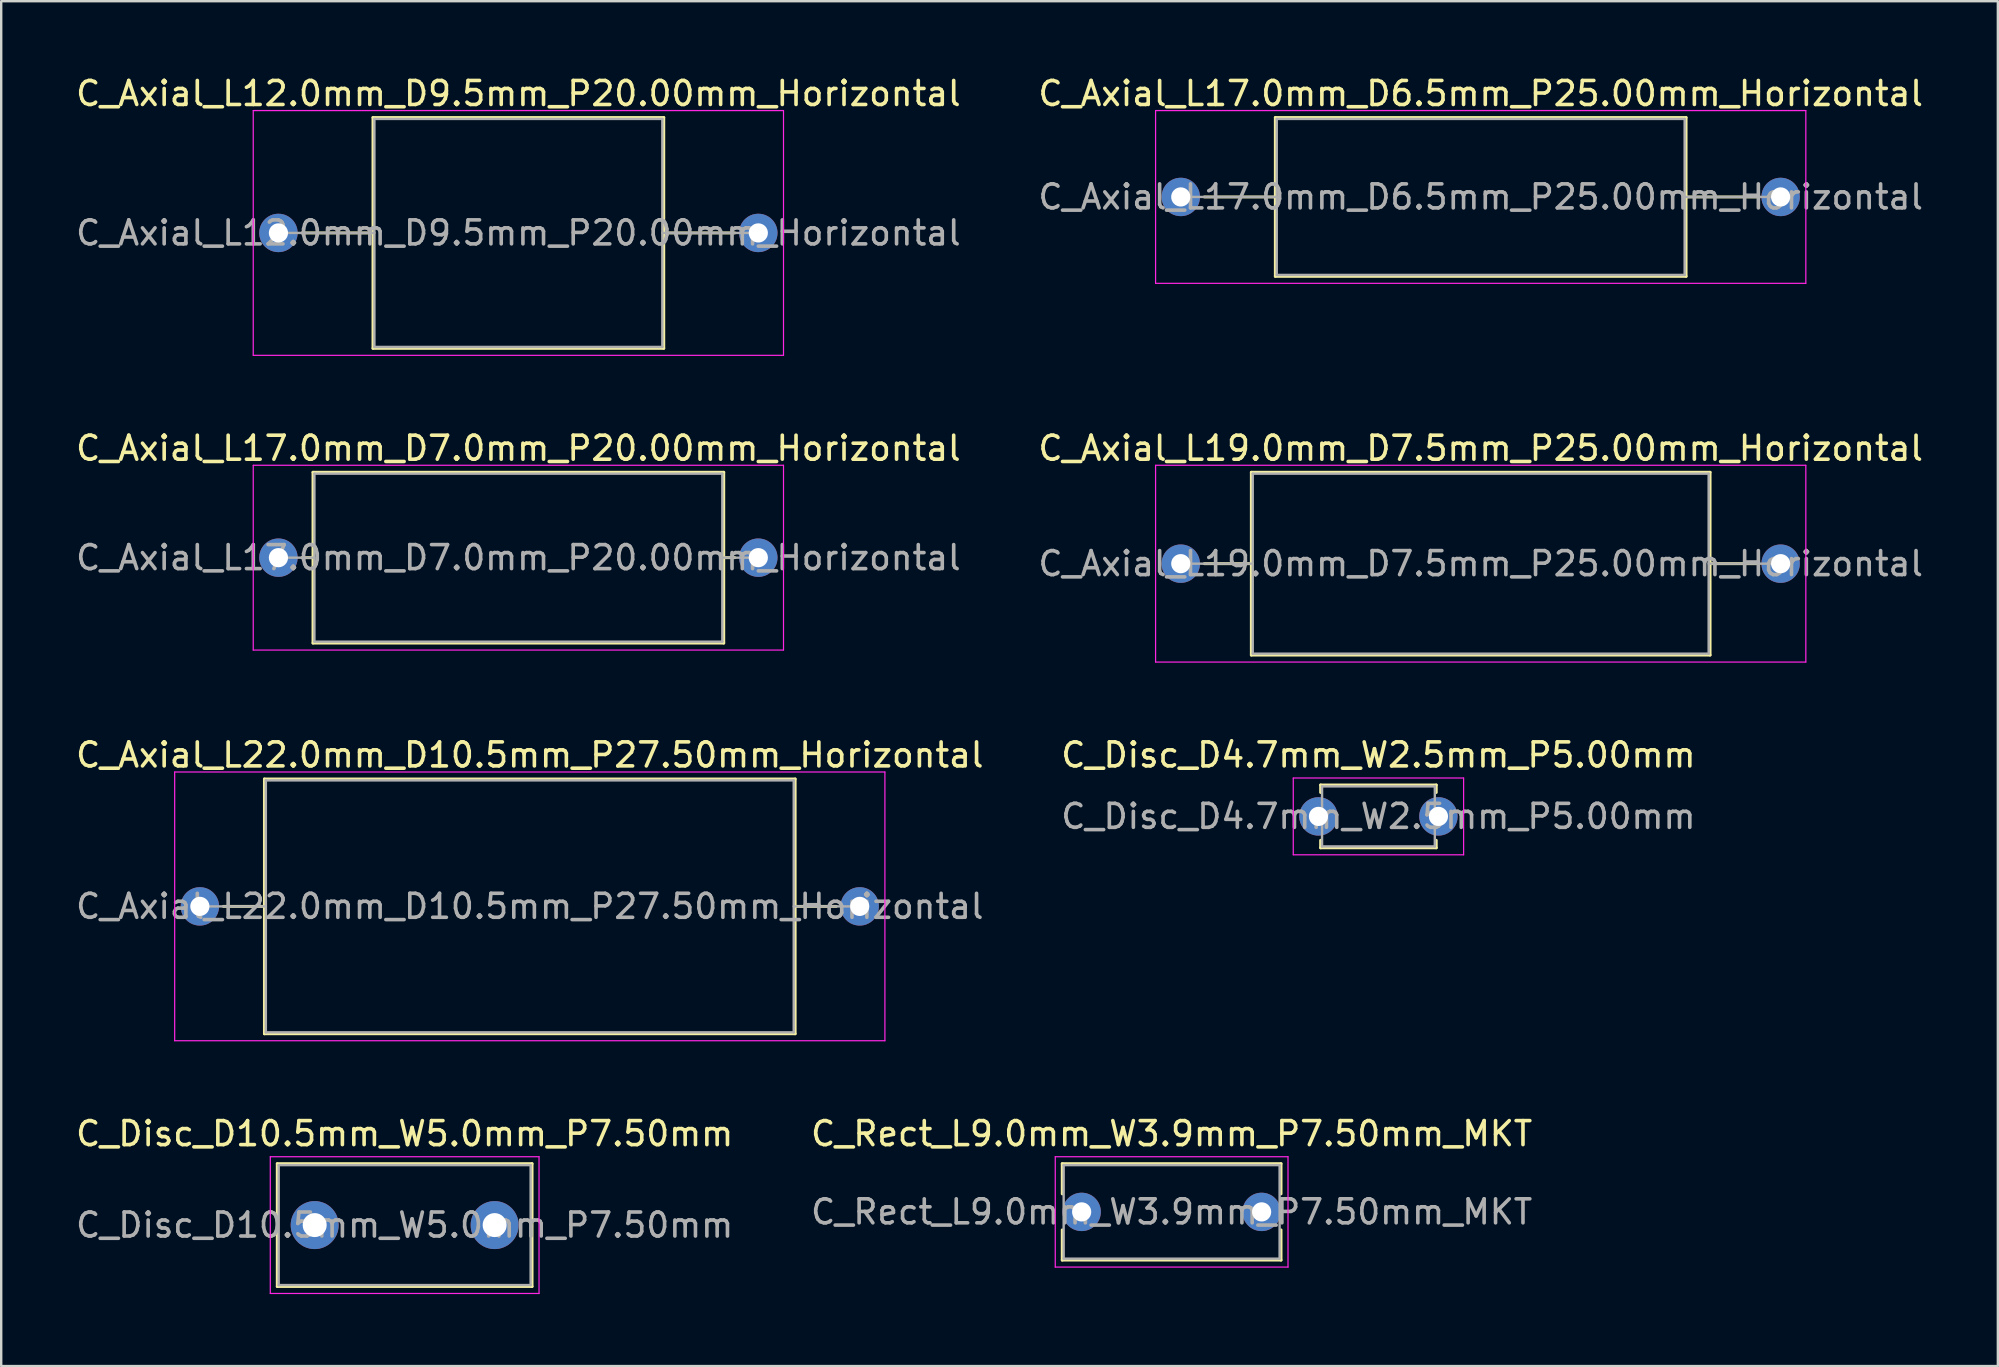
<source format=kicad_pcb>
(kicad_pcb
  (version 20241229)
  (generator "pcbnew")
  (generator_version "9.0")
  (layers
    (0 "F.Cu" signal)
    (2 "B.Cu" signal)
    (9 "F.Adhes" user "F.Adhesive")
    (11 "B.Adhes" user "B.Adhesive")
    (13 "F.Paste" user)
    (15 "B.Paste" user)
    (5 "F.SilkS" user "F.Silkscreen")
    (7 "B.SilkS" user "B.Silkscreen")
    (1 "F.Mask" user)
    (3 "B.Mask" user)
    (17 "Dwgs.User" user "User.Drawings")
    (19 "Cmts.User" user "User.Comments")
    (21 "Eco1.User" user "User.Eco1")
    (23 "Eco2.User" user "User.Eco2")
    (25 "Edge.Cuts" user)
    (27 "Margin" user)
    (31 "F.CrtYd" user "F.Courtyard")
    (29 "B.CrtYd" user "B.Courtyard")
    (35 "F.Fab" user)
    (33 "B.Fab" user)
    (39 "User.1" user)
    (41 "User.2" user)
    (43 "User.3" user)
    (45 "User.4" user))
  (footprint "C_Axial_L22.0mm_D10.5mm_P27.50mm_Horizontal"
    (layer "F.Cu")
    (at 5.28 34.725)
    (property "Reference" "C_Axial_L22.0mm_D10.5mm_P27.50mm_Horizontal" (at 13.75 -6.31 0) (layer "F.SilkS") (effects (font (size 1 1) (thickness 0.15))))
    (attr through_hole)
    (fp_line (start 0.98 0) (end 2.69 0) (stroke (width 0.12) (type solid)) (layer "F.SilkS"))
    (fp_line (start 2.69 -5.31) (end 2.69 5.31) (stroke (width 0.12) (type solid)) (layer "F.SilkS"))
    (fp_line (start 2.69 5.31) (end 24.81 5.31) (stroke (width 0.12) (type solid)) (layer "F.SilkS"))
    (fp_line (start 24.81 -5.31) (end 2.69 -5.31) (stroke (width 0.12) (type solid)) (layer "F.SilkS"))
    (fp_line (start 24.81 5.31) (end 24.81 -5.31) (stroke (width 0.12) (type solid)) (layer "F.SilkS"))
    (fp_line (start 26.52 0) (end 24.81 0) (stroke (width 0.12) (type solid)) (layer "F.SilkS"))
    (fp_line (start -1.05 -5.6) (end -1.05 5.6) (stroke (width 0.05) (type solid)) (layer "F.CrtYd"))
    (fp_line (start -1.05 5.6) (end 28.55 5.6) (stroke (width 0.05) (type solid)) (layer "F.CrtYd"))
    (fp_line (start 28.55 -5.6) (end -1.05 -5.6) (stroke (width 0.05) (type solid)) (layer "F.CrtYd"))
    (fp_line (start 28.55 5.6) (end 28.55 -5.6) (stroke (width 0.05) (type solid)) (layer "F.CrtYd"))
    (fp_line (start 0 0) (end 2.75 0) (stroke (width 0.1) (type solid)) (layer "F.Fab"))
    (fp_line (start 2.75 -5.25) (end 2.75 5.25) (stroke (width 0.1) (type solid)) (layer "F.Fab"))
    (fp_line (start 2.75 5.25) (end 24.75 5.25) (stroke (width 0.1) (type solid)) (layer "F.Fab"))
    (fp_line (start 24.75 -5.25) (end 2.75 -5.25) (stroke (width 0.1) (type solid)) (layer "F.Fab"))
    (fp_line (start 24.75 5.25) (end 24.75 -5.25) (stroke (width 0.1) (type solid)) (layer "F.Fab"))
    (fp_line (start 27.5 0) (end 24.75 0) (stroke (width 0.1) (type solid)) (layer "F.Fab"))
    (fp_text user "${REFERENCE}" (at 13.75 0 0) (layer "F.Fab") (effects (font (size 1 1) (thickness 0.15))))
    (pad "1" thru_hole circle (at 0 0) (size 1.6 1.6) (drill 0.8) (layers "*.Cu" "*.Mask"))
    (pad "2" thru_hole oval (at 27.5 0) (size 1.6 1.6) (drill 0.8) (layers "*.Cu" "*.Mask")))
  (footprint "C_Axial_L17.0mm_D7.0mm_P20.00mm_Horizontal"
    (layer "F.Cu")
    (at 8.554 20.192)
    (property "Reference" "C_Axial_L17.0mm_D7.0mm_P20.00mm_Horizontal" (at 10 -4.56 0) (layer "F.SilkS") (effects (font (size 1 1) (thickness 0.15))))
    (attr through_hole)
    (fp_line (start 0.98 0) (end 1.44 0) (stroke (width 0.12) (type solid)) (layer "F.SilkS"))
    (fp_line (start 1.44 -3.56) (end 1.44 3.56) (stroke (width 0.12) (type solid)) (layer "F.SilkS"))
    (fp_line (start 1.44 3.56) (end 18.56 3.56) (stroke (width 0.12) (type solid)) (layer "F.SilkS"))
    (fp_line (start 18.56 -3.56) (end 1.44 -3.56) (stroke (width 0.12) (type solid)) (layer "F.SilkS"))
    (fp_line (start 18.56 3.56) (end 18.56 -3.56) (stroke (width 0.12) (type solid)) (layer "F.SilkS"))
    (fp_line (start 19.02 0) (end 18.56 0) (stroke (width 0.12) (type solid)) (layer "F.SilkS"))
    (fp_line (start -1.05 -3.85) (end -1.05 3.85) (stroke (width 0.05) (type solid)) (layer "F.CrtYd"))
    (fp_line (start -1.05 3.85) (end 21.05 3.85) (stroke (width 0.05) (type solid)) (layer "F.CrtYd"))
    (fp_line (start 21.05 -3.85) (end -1.05 -3.85) (stroke (width 0.05) (type solid)) (layer "F.CrtYd"))
    (fp_line (start 21.05 3.85) (end 21.05 -3.85) (stroke (width 0.05) (type solid)) (layer "F.CrtYd"))
    (fp_line (start 0 0) (end 1.5 0) (stroke (width 0.1) (type solid)) (layer "F.Fab"))
    (fp_line (start 1.5 -3.5) (end 1.5 3.5) (stroke (width 0.1) (type solid)) (layer "F.Fab"))
    (fp_line (start 1.5 3.5) (end 18.5 3.5) (stroke (width 0.1) (type solid)) (layer "F.Fab"))
    (fp_line (start 18.5 -3.5) (end 1.5 -3.5) (stroke (width 0.1) (type solid)) (layer "F.Fab"))
    (fp_line (start 18.5 3.5) (end 18.5 -3.5) (stroke (width 0.1) (type solid)) (layer "F.Fab"))
    (fp_line (start 20 0) (end 18.5 0) (stroke (width 0.1) (type solid)) (layer "F.Fab"))
    (fp_text user "${REFERENCE}" (at 10 0 0) (layer "F.Fab") (effects (font (size 1 1) (thickness 0.15))))
    (pad "1" thru_hole circle (at 0 0) (size 1.6 1.6) (drill 0.8) (layers "*.Cu" "*.Mask"))
    (pad "2" thru_hole oval (at 20 0) (size 1.6 1.6) (drill 0.8) (layers "*.Cu" "*.Mask")))
  (footprint "C_Axial_L17.0mm_D6.5mm_P25.00mm_Horizontal"
    (layer "F.Cu")
    (at 46.161 5.158)
    (property "Reference" "C_Axial_L17.0mm_D6.5mm_P25.00mm_Horizontal" (at 12.5 -4.31 0) (layer "F.SilkS") (effects (font (size 1 1) (thickness 0.15))))
    (attr through_hole)
    (fp_line (start 0.98 0) (end 3.94 0) (stroke (width 0.12) (type solid)) (layer "F.SilkS"))
    (fp_line (start 3.94 -3.31) (end 3.94 3.31) (stroke (width 0.12) (type solid)) (layer "F.SilkS"))
    (fp_line (start 3.94 3.31) (end 21.06 3.31) (stroke (width 0.12) (type solid)) (layer "F.SilkS"))
    (fp_line (start 21.06 -3.31) (end 3.94 -3.31) (stroke (width 0.12) (type solid)) (layer "F.SilkS"))
    (fp_line (start 21.06 3.31) (end 21.06 -3.31) (stroke (width 0.12) (type solid)) (layer "F.SilkS"))
    (fp_line (start 24.02 0) (end 21.06 0) (stroke (width 0.12) (type solid)) (layer "F.SilkS"))
    (fp_line (start -1.05 -3.6) (end -1.05 3.6) (stroke (width 0.05) (type solid)) (layer "F.CrtYd"))
    (fp_line (start -1.05 3.6) (end 26.05 3.6) (stroke (width 0.05) (type solid)) (layer "F.CrtYd"))
    (fp_line (start 26.05 -3.6) (end -1.05 -3.6) (stroke (width 0.05) (type solid)) (layer "F.CrtYd"))
    (fp_line (start 26.05 3.6) (end 26.05 -3.6) (stroke (width 0.05) (type solid)) (layer "F.CrtYd"))
    (fp_line (start 0 0) (end 4 0) (stroke (width 0.1) (type solid)) (layer "F.Fab"))
    (fp_line (start 4 -3.25) (end 4 3.25) (stroke (width 0.1) (type solid)) (layer "F.Fab"))
    (fp_line (start 4 3.25) (end 21 3.25) (stroke (width 0.1) (type solid)) (layer "F.Fab"))
    (fp_line (start 21 -3.25) (end 4 -3.25) (stroke (width 0.1) (type solid)) (layer "F.Fab"))
    (fp_line (start 21 3.25) (end 21 -3.25) (stroke (width 0.1) (type solid)) (layer "F.Fab"))
    (fp_line (start 25 0) (end 21 0) (stroke (width 0.1) (type solid)) (layer "F.Fab"))
    (fp_text user "${REFERENCE}" (at 12.5 0 0) (layer "F.Fab") (effects (font (size 1 1) (thickness 0.15))))
    (pad "1" thru_hole circle (at 0 0) (size 1.6 1.6) (drill 0.8) (layers "*.Cu" "*.Mask"))
    (pad "2" thru_hole oval (at 25 0) (size 1.6 1.6) (drill 0.8) (layers "*.Cu" "*.Mask")))
  (footprint "C_Rect_L9.0mm_W3.9mm_P7.50mm_MKT"
    (layer "F.Cu")
    (at 42.03 47.458)
    (property "Reference" "C_Rect_L9.0mm_W3.9mm_P7.50mm_MKT" (at 3.75 -3.26 0) (layer "F.SilkS") (effects (font (size 1 1) (thickness 0.15))))
    (attr through_hole)
    (fp_line (start -0.81 -2.01) (end -0.81 -0.75) (stroke (width 0.12) (type solid)) (layer "F.SilkS"))
    (fp_line (start -0.81 -2.01) (end 8.31 -2.01) (stroke (width 0.12) (type solid)) (layer "F.SilkS"))
    (fp_line (start -0.81 0.75) (end -0.81 2.01) (stroke (width 0.12) (type solid)) (layer "F.SilkS"))
    (fp_line (start -0.81 2.01) (end 8.31 2.01) (stroke (width 0.12) (type solid)) (layer "F.SilkS"))
    (fp_line (start 8.31 -2.01) (end 8.31 -0.75) (stroke (width 0.12) (type solid)) (layer "F.SilkS"))
    (fp_line (start 8.31 0.75) (end 8.31 2.01) (stroke (width 0.12) (type solid)) (layer "F.SilkS"))
    (fp_line (start -1.1 -2.3) (end -1.1 2.3) (stroke (width 0.05) (type solid)) (layer "F.CrtYd"))
    (fp_line (start -1.1 2.3) (end 8.6 2.3) (stroke (width 0.05) (type solid)) (layer "F.CrtYd"))
    (fp_line (start 8.6 -2.3) (end -1.1 -2.3) (stroke (width 0.05) (type solid)) (layer "F.CrtYd"))
    (fp_line (start 8.6 2.3) (end 8.6 -2.3) (stroke (width 0.05) (type solid)) (layer "F.CrtYd"))
    (fp_line (start -0.75 -1.95) (end -0.75 1.95) (stroke (width 0.1) (type solid)) (layer "F.Fab"))
    (fp_line (start -0.75 1.95) (end 8.25 1.95) (stroke (width 0.1) (type solid)) (layer "F.Fab"))
    (fp_line (start 8.25 -1.95) (end -0.75 -1.95) (stroke (width 0.1) (type solid)) (layer "F.Fab"))
    (fp_line (start 8.25 1.95) (end 8.25 -1.95) (stroke (width 0.1) (type solid)) (layer "F.Fab"))
    (fp_text user "${REFERENCE}" (at 3.75 0 0) (layer "F.Fab") (effects (font (size 1 1) (thickness 0.15))))
    (pad "1" thru_hole circle (at 0 0) (size 1.6 1.6) (drill 0.8) (layers "*.Cu" "*.Mask"))
    (pad "2" thru_hole circle (at 7.5 0) (size 1.6 1.6) (drill 0.8) (layers "*.Cu" "*.Mask")))
  (footprint "C_Axial_L19.0mm_D7.5mm_P25.00mm_Horizontal"
    (layer "F.Cu")
    (at 46.161 20.442)
    (property "Reference" "C_Axial_L19.0mm_D7.5mm_P25.00mm_Horizontal" (at 12.5 -4.81 0) (layer "F.SilkS") (effects (font (size 1 1) (thickness 0.15))))
    (attr through_hole)
    (fp_line (start 0.98 0) (end 2.94 0) (stroke (width 0.12) (type solid)) (layer "F.SilkS"))
    (fp_line (start 2.94 -3.81) (end 2.94 3.81) (stroke (width 0.12) (type solid)) (layer "F.SilkS"))
    (fp_line (start 2.94 3.81) (end 22.06 3.81) (stroke (width 0.12) (type solid)) (layer "F.SilkS"))
    (fp_line (start 22.06 -3.81) (end 2.94 -3.81) (stroke (width 0.12) (type solid)) (layer "F.SilkS"))
    (fp_line (start 22.06 3.81) (end 22.06 -3.81) (stroke (width 0.12) (type solid)) (layer "F.SilkS"))
    (fp_line (start 24.02 0) (end 22.06 0) (stroke (width 0.12) (type solid)) (layer "F.SilkS"))
    (fp_line (start -1.05 -4.1) (end -1.05 4.1) (stroke (width 0.05) (type solid)) (layer "F.CrtYd"))
    (fp_line (start -1.05 4.1) (end 26.05 4.1) (stroke (width 0.05) (type solid)) (layer "F.CrtYd"))
    (fp_line (start 26.05 -4.1) (end -1.05 -4.1) (stroke (width 0.05) (type solid)) (layer "F.CrtYd"))
    (fp_line (start 26.05 4.1) (end 26.05 -4.1) (stroke (width 0.05) (type solid)) (layer "F.CrtYd"))
    (fp_line (start 0 0) (end 3 0) (stroke (width 0.1) (type solid)) (layer "F.Fab"))
    (fp_line (start 3 -3.75) (end 3 3.75) (stroke (width 0.1) (type solid)) (layer "F.Fab"))
    (fp_line (start 3 3.75) (end 22 3.75) (stroke (width 0.1) (type solid)) (layer "F.Fab"))
    (fp_line (start 22 -3.75) (end 3 -3.75) (stroke (width 0.1) (type solid)) (layer "F.Fab"))
    (fp_line (start 22 3.75) (end 22 -3.75) (stroke (width 0.1) (type solid)) (layer "F.Fab"))
    (fp_line (start 25 0) (end 22 0) (stroke (width 0.1) (type solid)) (layer "F.Fab"))
    (fp_text user "${REFERENCE}" (at 12.5 0 0) (layer "F.Fab") (effects (font (size 1 1) (thickness 0.15))))
    (pad "1" thru_hole circle (at 0 0) (size 1.6 1.6) (drill 0.8) (layers "*.Cu" "*.Mask"))
    (pad "2" thru_hole oval (at 25 0) (size 1.6 1.6) (drill 0.8) (layers "*.Cu" "*.Mask")))
  (footprint "C_Axial_L12.0mm_D9.5mm_P20.00mm_Horizontal"
    (layer "F.Cu")
    (at 8.554 6.658)
    (property "Reference" "C_Axial_L12.0mm_D9.5mm_P20.00mm_Horizontal" (at 10 -5.81 0) (layer "F.SilkS") (effects (font (size 1 1) (thickness 0.15))))
    (attr through_hole)
    (fp_line (start 0.98 0) (end 3.94 0) (stroke (width 0.12) (type solid)) (layer "F.SilkS"))
    (fp_line (start 3.94 -4.81) (end 3.94 4.81) (stroke (width 0.12) (type solid)) (layer "F.SilkS"))
    (fp_line (start 3.94 4.81) (end 16.06 4.81) (stroke (width 0.12) (type solid)) (layer "F.SilkS"))
    (fp_line (start 16.06 -4.81) (end 3.94 -4.81) (stroke (width 0.12) (type solid)) (layer "F.SilkS"))
    (fp_line (start 16.06 4.81) (end 16.06 -4.81) (stroke (width 0.12) (type solid)) (layer "F.SilkS"))
    (fp_line (start 19.02 0) (end 16.06 0) (stroke (width 0.12) (type solid)) (layer "F.SilkS"))
    (fp_line (start -1.05 -5.1) (end -1.05 5.1) (stroke (width 0.05) (type solid)) (layer "F.CrtYd"))
    (fp_line (start -1.05 5.1) (end 21.05 5.1) (stroke (width 0.05) (type solid)) (layer "F.CrtYd"))
    (fp_line (start 21.05 -5.1) (end -1.05 -5.1) (stroke (width 0.05) (type solid)) (layer "F.CrtYd"))
    (fp_line (start 21.05 5.1) (end 21.05 -5.1) (stroke (width 0.05) (type solid)) (layer "F.CrtYd"))
    (fp_line (start 0 0) (end 4 0) (stroke (width 0.1) (type solid)) (layer "F.Fab"))
    (fp_line (start 4 -4.75) (end 4 4.75) (stroke (width 0.1) (type solid)) (layer "F.Fab"))
    (fp_line (start 4 4.75) (end 16 4.75) (stroke (width 0.1) (type solid)) (layer "F.Fab"))
    (fp_line (start 16 -4.75) (end 4 -4.75) (stroke (width 0.1) (type solid)) (layer "F.Fab"))
    (fp_line (start 16 4.75) (end 16 -4.75) (stroke (width 0.1) (type solid)) (layer "F.Fab"))
    (fp_line (start 20 0) (end 16 0) (stroke (width 0.1) (type solid)) (layer "F.Fab"))
    (fp_text user "${REFERENCE}" (at 10 0 0) (layer "F.Fab") (effects (font (size 1 1) (thickness 0.15))))
    (pad "1" thru_hole circle (at 0 0) (size 1.6 1.6) (drill 0.8) (layers "*.Cu" "*.Mask"))
    (pad "2" thru_hole oval (at 20 0) (size 1.6 1.6) (drill 0.8) (layers "*.Cu" "*.Mask")))
  (footprint "C_Disc_D4.7mm_W2.5mm_P5.00mm"
    (layer "F.Cu")
    (at 51.899 30.975)
    (property "Reference" "C_Disc_D4.7mm_W2.5mm_P5.00mm" (at 2.5 -2.56 0) (layer "F.SilkS") (effects (font (size 1 1) (thickness 0.15))))
    (attr through_hole)
    (fp_line (start 0.09 -1.31) (end 0.09 -0.996) (stroke (width 0.12) (type solid)) (layer "F.SilkS"))
    (fp_line (start 0.09 -1.31) (end 4.91 -1.31) (stroke (width 0.12) (type solid)) (layer "F.SilkS"))
    (fp_line (start 0.09 0.996) (end 0.09 1.31) (stroke (width 0.12) (type solid)) (layer "F.SilkS"))
    (fp_line (start 0.09 1.31) (end 4.91 1.31) (stroke (width 0.12) (type solid)) (layer "F.SilkS"))
    (fp_line (start 4.91 -1.31) (end 4.91 -0.996) (stroke (width 0.12) (type solid)) (layer "F.SilkS"))
    (fp_line (start 4.91 0.996) (end 4.91 1.31) (stroke (width 0.12) (type solid)) (layer "F.SilkS"))
    (fp_line (start -1.05 -1.6) (end -1.05 1.6) (stroke (width 0.05) (type solid)) (layer "F.CrtYd"))
    (fp_line (start -1.05 1.6) (end 6.05 1.6) (stroke (width 0.05) (type solid)) (layer "F.CrtYd"))
    (fp_line (start 6.05 -1.6) (end -1.05 -1.6) (stroke (width 0.05) (type solid)) (layer "F.CrtYd"))
    (fp_line (start 6.05 1.6) (end 6.05 -1.6) (stroke (width 0.05) (type solid)) (layer "F.CrtYd"))
    (fp_line (start 0.15 -1.25) (end 0.15 1.25) (stroke (width 0.1) (type solid)) (layer "F.Fab"))
    (fp_line (start 0.15 1.25) (end 4.85 1.25) (stroke (width 0.1) (type solid)) (layer "F.Fab"))
    (fp_line (start 4.85 -1.25) (end 0.15 -1.25) (stroke (width 0.1) (type solid)) (layer "F.Fab"))
    (fp_line (start 4.85 1.25) (end 4.85 -1.25) (stroke (width 0.1) (type solid)) (layer "F.Fab"))
    (fp_text user "${REFERENCE}" (at 2.5 0 0) (layer "F.Fab") (effects (font (size 1 1) (thickness 0.15))))
    (pad "1" thru_hole circle (at 0 0) (size 1.6 1.6) (drill 0.8) (layers "*.Cu" "*.Mask"))
    (pad "2" thru_hole circle (at 5 0) (size 1.6 1.6) (drill 0.8) (layers "*.Cu" "*.Mask")))
  (footprint "C_Disc_D10.5mm_W5.0mm_P7.50mm"
    (layer "F.Cu")
    (at 10.065 48.008)
    (property "Reference" "C_Disc_D10.5mm_W5.0mm_P7.50mm" (at 3.75 -3.81 0) (layer "F.SilkS") (effects (font (size 1 1) (thickness 0.15))))
    (attr through_hole)
    (fp_line (start -1.56 -2.56) (end -1.56 2.56) (stroke (width 0.12) (type solid)) (layer "F.SilkS"))
    (fp_line (start -1.56 -2.56) (end 9.06 -2.56) (stroke (width 0.12) (type solid)) (layer "F.SilkS"))
    (fp_line (start -1.56 2.56) (end 9.06 2.56) (stroke (width 0.12) (type solid)) (layer "F.SilkS"))
    (fp_line (start 9.06 -2.56) (end 9.06 2.56) (stroke (width 0.12) (type solid)) (layer "F.SilkS"))
    (fp_line (start -1.85 -2.85) (end -1.85 2.85) (stroke (width 0.05) (type solid)) (layer "F.CrtYd"))
    (fp_line (start -1.85 2.85) (end 9.35 2.85) (stroke (width 0.05) (type solid)) (layer "F.CrtYd"))
    (fp_line (start 9.35 -2.85) (end -1.85 -2.85) (stroke (width 0.05) (type solid)) (layer "F.CrtYd"))
    (fp_line (start 9.35 2.85) (end 9.35 -2.85) (stroke (width 0.05) (type solid)) (layer "F.CrtYd"))
    (fp_line (start -1.5 -2.5) (end -1.5 2.5) (stroke (width 0.1) (type solid)) (layer "F.Fab"))
    (fp_line (start -1.5 2.5) (end 9 2.5) (stroke (width 0.1) (type solid)) (layer "F.Fab"))
    (fp_line (start 9 -2.5) (end -1.5 -2.5) (stroke (width 0.1) (type solid)) (layer "F.Fab"))
    (fp_line (start 9 2.5) (end 9 -2.5) (stroke (width 0.1) (type solid)) (layer "F.Fab"))
    (fp_text user "${REFERENCE}" (at 3.75 0 0) (layer "F.Fab") (effects (font (size 1 1) (thickness 0.15))))
    (pad "1" thru_hole circle (at 0 0) (size 2 2) (drill 1) (layers "*.Cu" "*.Mask"))
    (pad "2" thru_hole circle (at 7.5 0) (size 2 2) (drill 1) (layers "*.Cu" "*.Mask")))
  (gr_rect
    (start -3 -3)
    (end 80.214 53.883)
    (stroke (width 0.1) (type default))
    (fill no)
    (layer "Edge.Cuts")))
</source>
